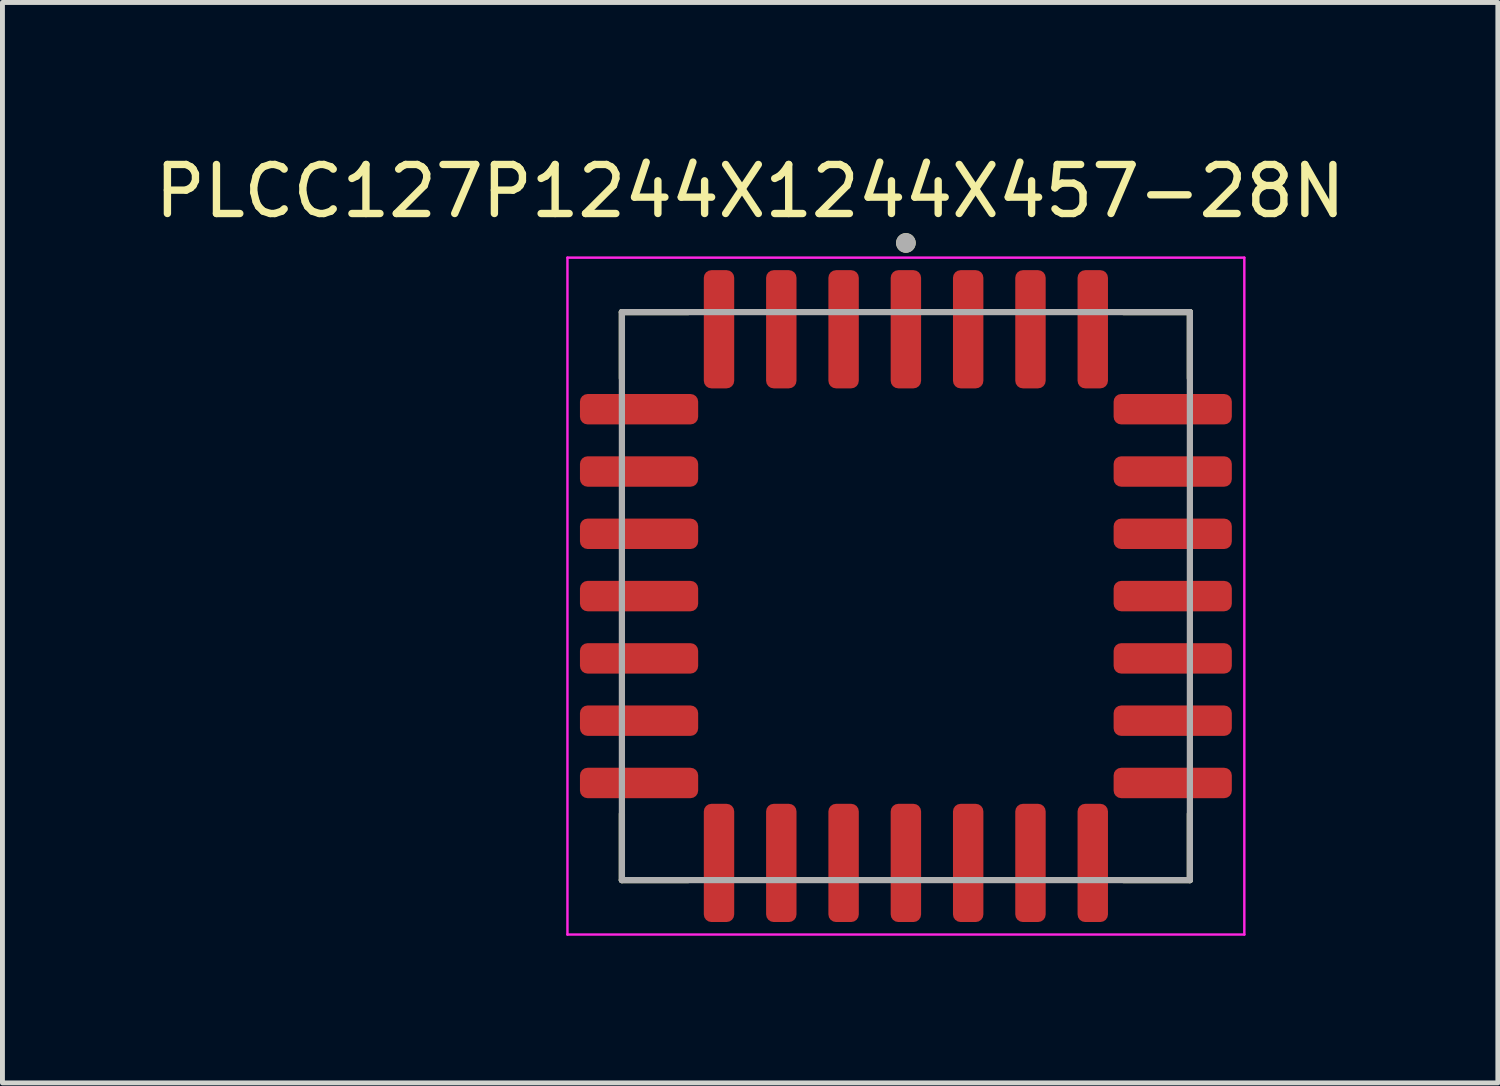
<source format=kicad_pcb>
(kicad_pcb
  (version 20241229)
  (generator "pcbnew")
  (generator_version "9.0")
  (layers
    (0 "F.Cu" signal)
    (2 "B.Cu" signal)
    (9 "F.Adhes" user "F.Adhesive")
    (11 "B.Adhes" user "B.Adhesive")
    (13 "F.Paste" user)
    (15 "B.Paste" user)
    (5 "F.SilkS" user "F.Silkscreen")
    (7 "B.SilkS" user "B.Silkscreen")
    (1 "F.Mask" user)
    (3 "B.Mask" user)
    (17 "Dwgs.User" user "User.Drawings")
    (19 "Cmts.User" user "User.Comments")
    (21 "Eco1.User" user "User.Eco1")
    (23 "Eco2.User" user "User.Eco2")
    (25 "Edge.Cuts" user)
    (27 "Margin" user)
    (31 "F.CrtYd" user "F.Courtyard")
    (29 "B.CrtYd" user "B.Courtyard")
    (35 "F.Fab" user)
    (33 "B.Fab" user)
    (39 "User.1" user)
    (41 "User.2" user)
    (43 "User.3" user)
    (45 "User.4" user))
  (footprint "PLCC127P1244X1244X457-28N"
    (layer "F.Cu")
    (at 15.419 9.103)
    (property "Reference" "PLCC127P1244X1244X457-28N" (at -3.175 -8.255 0) (layer "F.SilkS") (effects (font (size 1 1) (thickness 0.15))))
    (attr smd)
    (fp_line (start -5.79 -5.79) (end -5.79 -4.44) (stroke (width 0.127) (type solid)) (layer "F.SilkS"))
    (fp_line (start -5.79 5.79) (end -5.79 4.44) (stroke (width 0.127) (type solid)) (layer "F.SilkS"))
    (fp_line (start -4.44 -5.79) (end -5.79 -5.79) (stroke (width 0.127) (type solid)) (layer "F.SilkS"))
    (fp_line (start -4.44 5.79) (end -5.79 5.79) (stroke (width 0.127) (type solid)) (layer "F.SilkS"))
    (fp_line (start 4.44 -5.79) (end 5.79 -5.79) (stroke (width 0.127) (type solid)) (layer "F.SilkS"))
    (fp_line (start 4.44 5.79) (end 5.79 5.79) (stroke (width 0.127) (type solid)) (layer "F.SilkS"))
    (fp_line (start 5.79 -5.79) (end 5.79 -4.44) (stroke (width 0.127) (type solid)) (layer "F.SilkS"))
    (fp_line (start 5.79 5.79) (end 5.79 4.44) (stroke (width 0.127) (type solid)) (layer "F.SilkS"))
    (fp_circle (center 0 -7.2) (end 0.1 -7.2) (stroke (width 0.2) (type solid)) (fill no) (layer "F.SilkS"))
    (fp_line (start -6.9 -6.9) (end 6.9 -6.9) (stroke (width 0.05) (type solid)) (layer "F.CrtYd"))
    (fp_line (start -6.9 6.9) (end -6.9 -6.9) (stroke (width 0.05) (type solid)) (layer "F.CrtYd"))
    (fp_line (start 6.9 -6.9) (end 6.9 6.9) (stroke (width 0.05) (type solid)) (layer "F.CrtYd"))
    (fp_line (start 6.9 6.9) (end -6.9 6.9) (stroke (width 0.05) (type solid)) (layer "F.CrtYd"))
    (fp_line (start -5.79 -5.79) (end 5.79 -5.79) (stroke (width 0.127) (type solid)) (layer "F.Fab"))
    (fp_line (start -5.79 5.79) (end -5.79 -5.79) (stroke (width 0.127) (type solid)) (layer "F.Fab"))
    (fp_line (start 5.79 -5.79) (end 5.79 5.79) (stroke (width 0.127) (type solid)) (layer "F.Fab"))
    (fp_line (start 5.79 5.79) (end -5.79 5.79) (stroke (width 0.127) (type solid)) (layer "F.Fab"))
    (fp_circle (center 0 -7.2) (end 0.1 -7.2) (stroke (width 0.2) (type solid)) (fill no) (layer "F.Fab"))
    (pad "1" smd roundrect (at 0 -5.44) (size 0.62 2.41) (layers "F.Cu" "F.Mask" "F.Paste") (roundrect_rratio 0.25))
    (pad "2" smd roundrect (at -1.27 -5.44) (size 0.62 2.41) (layers "F.Cu" "F.Mask" "F.Paste") (roundrect_rratio 0.25))
    (pad "3" smd roundrect (at -2.54 -5.44) (size 0.62 2.41) (layers "F.Cu" "F.Mask" "F.Paste") (roundrect_rratio 0.25))
    (pad "4" smd roundrect (at -3.81 -5.44) (size 0.62 2.41) (layers "F.Cu" "F.Mask" "F.Paste") (roundrect_rratio 0.25))
    (pad "5" smd roundrect (at -5.44 -3.81) (size 2.41 0.62) (layers "F.Cu" "F.Mask" "F.Paste") (roundrect_rratio 0.25))
    (pad "6" smd roundrect (at -5.44 -2.54) (size 2.41 0.62) (layers "F.Cu" "F.Mask" "F.Paste") (roundrect_rratio 0.25))
    (pad "7" smd roundrect (at -5.44 -1.27) (size 2.41 0.62) (layers "F.Cu" "F.Mask" "F.Paste") (roundrect_rratio 0.25))
    (pad "8" smd roundrect (at -5.44 0) (size 2.41 0.62) (layers "F.Cu" "F.Mask" "F.Paste") (roundrect_rratio 0.25))
    (pad "9" smd roundrect (at -5.44 1.27) (size 2.41 0.62) (layers "F.Cu" "F.Mask" "F.Paste") (roundrect_rratio 0.25))
    (pad "10" smd roundrect (at -5.44 2.54) (size 2.41 0.62) (layers "F.Cu" "F.Mask" "F.Paste") (roundrect_rratio 0.25))
    (pad "11" smd roundrect (at -5.44 3.81) (size 2.41 0.62) (layers "F.Cu" "F.Mask" "F.Paste") (roundrect_rratio 0.25))
    (pad "12" smd roundrect (at -3.81 5.44) (size 0.62 2.41) (layers "F.Cu" "F.Mask" "F.Paste") (roundrect_rratio 0.25))
    (pad "13" smd roundrect (at -2.54 5.44) (size 0.62 2.41) (layers "F.Cu" "F.Mask" "F.Paste") (roundrect_rratio 0.25))
    (pad "14" smd roundrect (at -1.27 5.44) (size 0.62 2.41) (layers "F.Cu" "F.Mask" "F.Paste") (roundrect_rratio 0.25))
    (pad "15" smd roundrect (at 0 5.44) (size 0.62 2.41) (layers "F.Cu" "F.Mask" "F.Paste") (roundrect_rratio 0.25))
    (pad "16" smd roundrect (at 1.27 5.44) (size 0.62 2.41) (layers "F.Cu" "F.Mask" "F.Paste") (roundrect_rratio 0.25))
    (pad "17" smd roundrect (at 2.54 5.44) (size 0.62 2.41) (layers "F.Cu" "F.Mask" "F.Paste") (roundrect_rratio 0.25))
    (pad "18" smd roundrect (at 3.81 5.44) (size 0.62 2.41) (layers "F.Cu" "F.Mask" "F.Paste") (roundrect_rratio 0.25))
    (pad "19" smd roundrect (at 5.44 3.81) (size 2.41 0.62) (layers "F.Cu" "F.Mask" "F.Paste") (roundrect_rratio 0.25))
    (pad "20" smd roundrect (at 5.44 2.54) (size 2.41 0.62) (layers "F.Cu" "F.Mask" "F.Paste") (roundrect_rratio 0.25))
    (pad "21" smd roundrect (at 5.44 1.27) (size 2.41 0.62) (layers "F.Cu" "F.Mask" "F.Paste") (roundrect_rratio 0.25))
    (pad "22" smd roundrect (at 5.44 0) (size 2.41 0.62) (layers "F.Cu" "F.Mask" "F.Paste") (roundrect_rratio 0.25))
    (pad "23" smd roundrect (at 5.44 -1.27) (size 2.41 0.62) (layers "F.Cu" "F.Mask" "F.Paste") (roundrect_rratio 0.25))
    (pad "24" smd roundrect (at 5.44 -2.54) (size 2.41 0.62) (layers "F.Cu" "F.Mask" "F.Paste") (roundrect_rratio 0.25))
    (pad "25" smd roundrect (at 5.44 -3.81) (size 2.41 0.62) (layers "F.Cu" "F.Mask" "F.Paste") (roundrect_rratio 0.25))
    (pad "26" smd roundrect (at 3.81 -5.44) (size 0.62 2.41) (layers "F.Cu" "F.Mask" "F.Paste") (roundrect_rratio 0.25))
    (pad "27" smd roundrect (at 2.54 -5.44) (size 0.62 2.41) (layers "F.Cu" "F.Mask" "F.Paste") (roundrect_rratio 0.25))
    (pad "28" smd roundrect (at 1.27 -5.44) (size 0.62 2.41) (layers "F.Cu" "F.Mask" "F.Paste") (roundrect_rratio 0.25)))
  (gr_rect
    (start -3 -3)
    (end 27.488 19.028)
    (stroke (width 0.1) (type default))
    (fill no)
    (layer "Edge.Cuts")))
</source>
